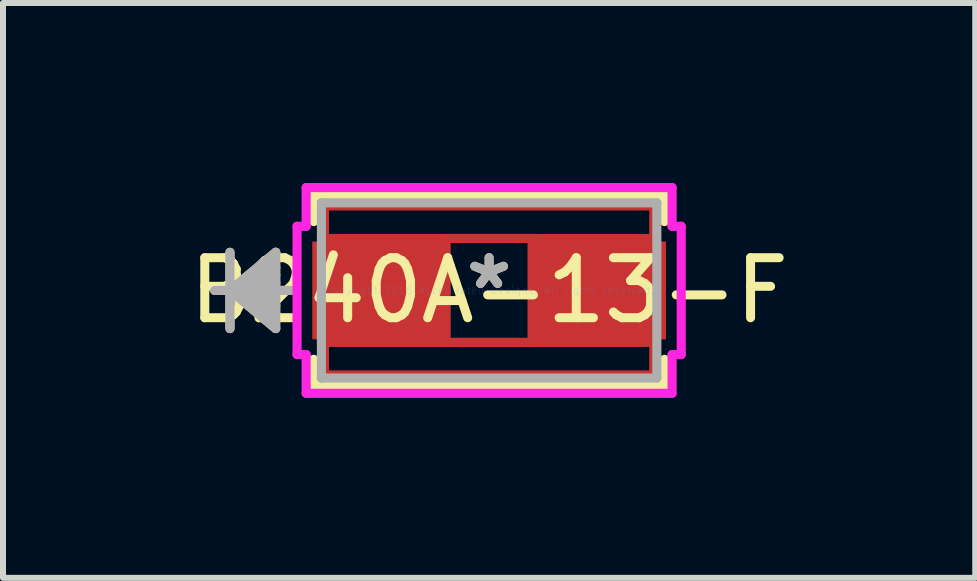
<source format=kicad_pcb>
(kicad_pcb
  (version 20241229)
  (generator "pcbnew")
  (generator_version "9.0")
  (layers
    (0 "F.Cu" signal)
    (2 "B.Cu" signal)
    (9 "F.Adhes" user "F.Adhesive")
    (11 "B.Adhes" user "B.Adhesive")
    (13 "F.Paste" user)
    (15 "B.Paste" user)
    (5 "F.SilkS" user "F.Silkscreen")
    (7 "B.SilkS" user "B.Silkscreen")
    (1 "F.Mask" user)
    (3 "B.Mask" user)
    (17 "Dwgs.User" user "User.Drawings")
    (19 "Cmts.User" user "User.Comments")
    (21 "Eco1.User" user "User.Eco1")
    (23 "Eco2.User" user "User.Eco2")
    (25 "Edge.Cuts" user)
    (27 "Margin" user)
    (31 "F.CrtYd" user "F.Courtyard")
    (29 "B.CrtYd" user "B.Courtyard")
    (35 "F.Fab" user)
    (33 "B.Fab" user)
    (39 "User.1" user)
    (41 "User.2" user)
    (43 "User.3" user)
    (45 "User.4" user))
  (footprint "B240A-13-F"
    (layer "F.Cu")
    (at 5.101 1.79)
    (property "Reference" "B240A-13-F" (at 0 0 0) (layer "F.SilkS") (effects (font (size 1 1) (thickness 0.15))))
    (attr through_hole)
    (fp_line (start -2.744 -1.409) (end 2.744 -1.409) (stroke (width 0.152) (type solid)) (layer "F.Cu"))
    (fp_line (start -2.744 -0.866) (end -2.744 -1.409) (stroke (width 0.152) (type solid)) (layer "F.Cu"))
    (fp_line (start -2.744 0.866) (end 2.744 0.866) (stroke (width 0.152) (type solid)) (layer "F.Cu"))
    (fp_line (start -2.744 1.409) (end -2.744 0.866) (stroke (width 0.152) (type solid)) (layer "F.Cu"))
    (fp_line (start -0.716 -0.866) (end 0.716 -0.866) (stroke (width 0.152) (type solid)) (layer "F.Cu"))
    (fp_line (start -0.716 0.866) (end -0.716 -0.866) (stroke (width 0.152) (type solid)) (layer "F.Cu"))
    (fp_line (start 0.716 -0.866) (end 0.716 0.866) (stroke (width 0.152) (type solid)) (layer "F.Cu"))
    (fp_line (start 0.716 0.866) (end -0.716 0.866) (stroke (width 0.152) (type solid)) (layer "F.Cu"))
    (fp_line (start 2.744 -1.409) (end 2.744 -0.866) (stroke (width 0.152) (type solid)) (layer "F.Cu"))
    (fp_line (start 2.744 -0.866) (end -2.744 -0.866) (stroke (width 0.152) (type solid)) (layer "F.Cu"))
    (fp_line (start 2.744 0.866) (end 2.744 1.409) (stroke (width 0.152) (type solid)) (layer "F.Cu"))
    (fp_line (start 2.744 1.409) (end -2.744 1.409) (stroke (width 0.152) (type solid)) (layer "F.Cu"))
    (fp_line (start -4.319 -0.635) (end -4.319 0.635) (stroke (width 0.152) (type solid)) (layer "F.SilkS"))
    (fp_line (start -4.319 0) (end -3.557 -0.635) (stroke (width 0.152) (type solid)) (layer "F.SilkS"))
    (fp_line (start -4.319 0) (end -3.557 -0.508) (stroke (width 0.152) (type solid)) (layer "F.SilkS"))
    (fp_line (start -4.319 0) (end -3.557 -0.381) (stroke (width 0.152) (type solid)) (layer "F.SilkS"))
    (fp_line (start -4.319 0) (end -3.557 -0.254) (stroke (width 0.152) (type solid)) (layer "F.SilkS"))
    (fp_line (start -4.319 0) (end -3.557 -0.127) (stroke (width 0.152) (type solid)) (layer "F.SilkS"))
    (fp_line (start -4.319 0) (end -3.557 0.127) (stroke (width 0.152) (type solid)) (layer "F.SilkS"))
    (fp_line (start -4.319 0) (end -3.557 0.254) (stroke (width 0.152) (type solid)) (layer "F.SilkS"))
    (fp_line (start -4.319 0) (end -3.557 0.381) (stroke (width 0.152) (type solid)) (layer "F.SilkS"))
    (fp_line (start -4.319 0) (end -3.557 0.508) (stroke (width 0.152) (type solid)) (layer "F.SilkS"))
    (fp_line (start -4.319 0) (end -3.557 0.635) (stroke (width 0.152) (type solid)) (layer "F.SilkS"))
    (fp_line (start -3.557 -0.635) (end -3.557 0.635) (stroke (width 0.152) (type solid)) (layer "F.SilkS"))
    (fp_line (start -3.303 0) (end -4.573 0) (stroke (width 0.152) (type solid)) (layer "F.SilkS"))
    (fp_line (start -2.922 -1.587) (end -2.922 -1.148) (stroke (width 0.152) (type solid)) (layer "F.SilkS"))
    (fp_line (start -2.922 1.148) (end -2.922 1.587) (stroke (width 0.152) (type solid)) (layer "F.SilkS"))
    (fp_line (start -2.922 1.587) (end 2.922 1.587) (stroke (width 0.152) (type solid)) (layer "F.SilkS"))
    (fp_line (start 2.922 -1.587) (end -2.922 -1.587) (stroke (width 0.152) (type solid)) (layer "F.SilkS"))
    (fp_line (start 2.922 -1.148) (end 2.922 -1.587) (stroke (width 0.152) (type solid)) (layer "F.SilkS"))
    (fp_line (start 2.922 1.587) (end 2.922 1.148) (stroke (width 0.152) (type solid)) (layer "F.SilkS"))
    (fp_line (start -3.201 -1.069) (end -3.049 -1.069) (stroke (width 0.152) (type solid)) (layer "F.CrtYd"))
    (fp_line (start -3.201 1.069) (end -3.201 -1.069) (stroke (width 0.152) (type solid)) (layer "F.CrtYd"))
    (fp_line (start -3.049 -1.714) (end 3.049 -1.714) (stroke (width 0.152) (type solid)) (layer "F.CrtYd"))
    (fp_line (start -3.049 -1.069) (end -3.049 -1.714) (stroke (width 0.152) (type solid)) (layer "F.CrtYd"))
    (fp_line (start -3.049 1.069) (end -3.201 1.069) (stroke (width 0.152) (type solid)) (layer "F.CrtYd"))
    (fp_line (start -3.049 1.714) (end -3.049 1.069) (stroke (width 0.152) (type solid)) (layer "F.CrtYd"))
    (fp_line (start 3.049 -1.714) (end 3.049 -1.069) (stroke (width 0.152) (type solid)) (layer "F.CrtYd"))
    (fp_line (start 3.049 -1.069) (end 3.201 -1.069) (stroke (width 0.152) (type solid)) (layer "F.CrtYd"))
    (fp_line (start 3.049 1.069) (end 3.049 1.714) (stroke (width 0.152) (type solid)) (layer "F.CrtYd"))
    (fp_line (start 3.049 1.714) (end -3.049 1.714) (stroke (width 0.152) (type solid)) (layer "F.CrtYd"))
    (fp_line (start 3.201 -1.069) (end 3.201 1.069) (stroke (width 0.152) (type solid)) (layer "F.CrtYd"))
    (fp_line (start 3.201 1.069) (end 3.049 1.069) (stroke (width 0.152) (type solid)) (layer "F.CrtYd"))
    (fp_line (start -4.319 -0.635) (end -4.319 0.635) (stroke (width 0.152) (type solid)) (layer "F.Fab"))
    (fp_line (start -4.319 0) (end -3.557 -0.635) (stroke (width 0.152) (type solid)) (layer "F.Fab"))
    (fp_line (start -4.319 0) (end -3.557 -0.508) (stroke (width 0.152) (type solid)) (layer "F.Fab"))
    (fp_line (start -4.319 0) (end -3.557 -0.381) (stroke (width 0.152) (type solid)) (layer "F.Fab"))
    (fp_line (start -4.319 0) (end -3.557 -0.254) (stroke (width 0.152) (type solid)) (layer "F.Fab"))
    (fp_line (start -4.319 0) (end -3.557 -0.127) (stroke (width 0.152) (type solid)) (layer "F.Fab"))
    (fp_line (start -4.319 0) (end -3.557 0.127) (stroke (width 0.152) (type solid)) (layer "F.Fab"))
    (fp_line (start -4.319 0) (end -3.557 0.254) (stroke (width 0.152) (type solid)) (layer "F.Fab"))
    (fp_line (start -4.319 0) (end -3.557 0.381) (stroke (width 0.152) (type solid)) (layer "F.Fab"))
    (fp_line (start -4.319 0) (end -3.557 0.508) (stroke (width 0.152) (type solid)) (layer "F.Fab"))
    (fp_line (start -4.319 0) (end -3.557 0.635) (stroke (width 0.152) (type solid)) (layer "F.Fab"))
    (fp_line (start -3.557 -0.635) (end -3.557 0.635) (stroke (width 0.152) (type solid)) (layer "F.Fab"))
    (fp_line (start -3.303 0) (end -4.573 0) (stroke (width 0.152) (type solid)) (layer "F.Fab"))
    (fp_line (start -2.795 -1.46) (end -2.795 1.46) (stroke (width 0.152) (type solid)) (layer "F.Fab"))
    (fp_line (start -2.795 1.46) (end 2.795 1.46) (stroke (width 0.152) (type solid)) (layer "F.Fab"))
    (fp_line (start 2.795 -1.46) (end -2.795 -1.46) (stroke (width 0.152) (type solid)) (layer "F.Fab"))
    (fp_line (start 2.795 1.46) (end 2.795 -1.46) (stroke (width 0.152) (type solid)) (layer "F.Fab"))
    (fp_text user "*" (at 0 0 0) (layer "F.SilkS") (effects (font (size 1 1) (thickness 0.15))))
    (fp_text user "Copyright 2016 Accelerated Designs. All rights reserved." (at 0 0 0) (layer "Cmts.User") (effects (font (size 0.127 0.127) (thickness 0.002))))
    (fp_text user "*" (at 0 0 0) (layer "F.Fab") (effects (font (size 1 1) (thickness 0.15))))
    (pad "1" smd rect (at -1.857 0 90) (size 1.63 2.18) (layers "F.Cu" "F.Mask" "F.Paste"))
    (pad "2" smd rect (at 1.857 0 90) (size 1.63 2.18) (layers "F.Cu" "F.Mask" "F.Paste")))
  (gr_rect
    (start -3 -3)
    (end 13.202 6.58)
    (stroke (width 0.1) (type default))
    (fill no)
    (layer "Edge.Cuts")))
</source>
